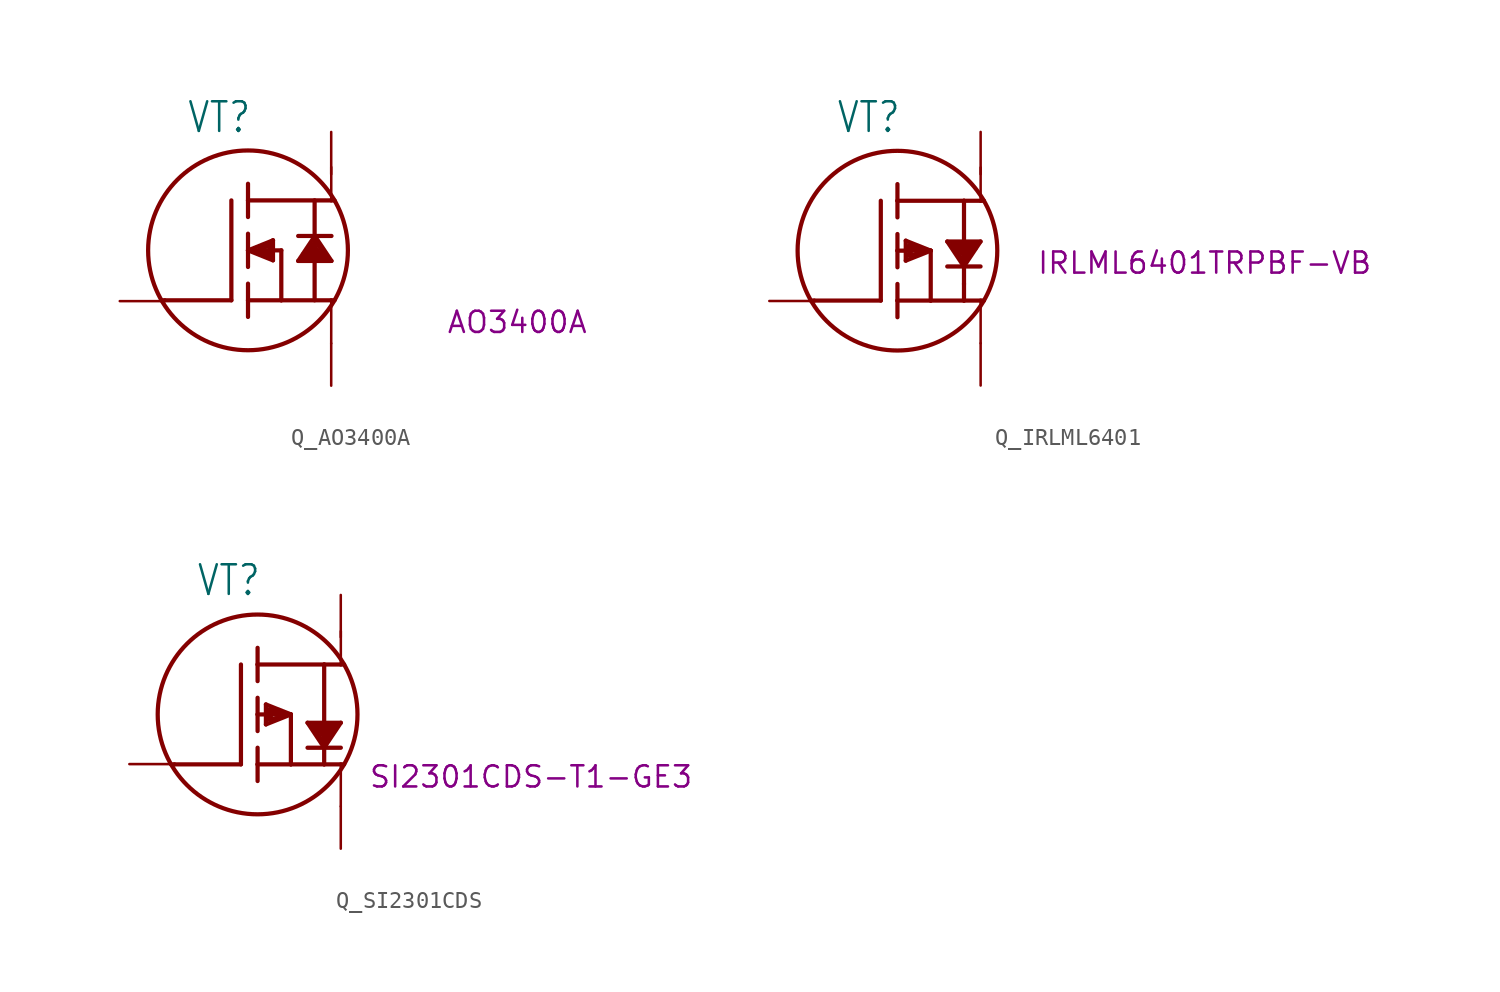
<source format=kicad_sym>
(kicad_symbol_lib
  (version 20231120)
  (generator "kicad_symbol_editor")
  (generator_version "8.0")
  (symbol "Q_AO3400A"
    (property "Reference" "VT"
      (at 4 10 0)
      (effects (font (size 1.778 1.511)) (justify left bottom)))
    (property "Manufacturer PN" "AO3400A"
      (at 23.876 -1.27 0)
      (effects (font (size 1.27 1.27))))
    (symbol "Q_AO3400A_1_0"
      (polyline (pts (xy 2.703 0.049) (xy 2.503 0.049)) (stroke (width 0.254) (type solid)) (fill (type none)))
      (polyline (pts (xy 6.703 0.049) (xy 2.703 0.049)) (stroke (width 0.254) (type solid)) (fill (type none)))
      (polyline (pts (xy 6.703 6.049) (xy 6.703 0.049)) (stroke (width 0.254) (type solid)) (fill (type none)))
      (polyline (pts (xy 7.703 0.049) (xy 7.703 -0.951)) (stroke (width 0.254) (type solid)) (fill (type none)))
      (polyline (pts (xy 7.703 0.049) (xy 9.703 0.049)) (stroke (width 0.254) (type solid)) (fill (type none)))
      (polyline (pts (xy 7.703 1.049) (xy 7.703 0.049)) (stroke (width 0.254) (type solid)) (fill (type none)))
      (polyline (pts (xy 7.703 3.049) (xy 7.703 2.049)) (stroke (width 0.254) (type solid)) (fill (type none)))
      (polyline (pts (xy 7.703 3.049) (xy 9.203 2.449)) (stroke (width 0.254) (type solid)) (fill (type none)))
      (polyline (pts (xy 7.703 3.049) (xy 9.203 3.649)) (stroke (width 0.254) (type solid)) (fill (type none)))
      (polyline (pts (xy 7.703 3.049) (xy 9.703 3.049)) (stroke (width 0.254) (type solid)) (fill (type none)))
      (polyline (pts (xy 7.703 4.049) (xy 7.703 3.049)) (stroke (width 0.254) (type solid)) (fill (type none)))
      (polyline (pts (xy 7.703 6.049) (xy 7.703 5.049)) (stroke (width 0.254) (type solid)) (fill (type none)))
      (polyline (pts (xy 7.703 6.049) (xy 11.703 6.049)) (stroke (width 0.254) (type solid)) (fill (type none)))
      (polyline (pts (xy 7.703 7.049) (xy 7.703 6.049)) (stroke (width 0.254) (type solid)) (fill (type none)))
      (polyline (pts (xy 8.403 2.949) (xy 9.003 2.849)) (stroke (width 0.254) (type solid)) (fill (type none)))
      (polyline (pts (xy 8.403 3.149) (xy 9.103 3.349)) (stroke (width 0.254) (type solid)) (fill (type none)))
      (polyline (pts (xy 9.003 3.149) (xy 9.103 2.649)) (stroke (width 0.254) (type solid)) (fill (type none)))
      (polyline (pts (xy 9.103 2.649) (xy 8.403 2.949)) (stroke (width 0.254) (type solid)) (fill (type none)))
      (polyline (pts (xy 9.103 3.349) (xy 9.003 3.149)) (stroke (width 0.254) (type solid)) (fill (type none)))
      (polyline (pts (xy 9.203 2.449) (xy 9.203 3.649)) (stroke (width 0.254) (type solid)) (fill (type none)))
      (polyline (pts (xy 9.203 3.649) (xy 8.403 3.149)) (stroke (width 0.254) (type solid)) (fill (type none)))
      (polyline (pts (xy 9.703 0.049) (xy 11.703 0.049)) (stroke (width 0.254) (type solid)) (fill (type none)))
      (polyline (pts (xy 9.703 3.049) (xy 9.703 0.049)) (stroke (width 0.254) (type solid)) (fill (type none)))
      (polyline (pts (xy 10.717 2.413) (xy 11.717 3.913)) (stroke (width 0.254) (type solid)) (fill (type none)))
      (polyline (pts (xy 10.917 2.613) (xy 11.617 3.413)) (stroke (width 0.254) (type solid)) (fill (type none)))
      (polyline (pts (xy 11.017 2.813) (xy 11.617 3.113)) (stroke (width 0.254) (type solid)) (fill (type none)))
      (polyline (pts (xy 11.517 2.913) (xy 11.817 2.913)) (stroke (width 0.254) (type solid)) (fill (type none)))
      (polyline (pts (xy 11.617 3.113) (xy 11.517 2.913)) (stroke (width 0.254) (type solid)) (fill (type none)))
      (polyline (pts (xy 11.617 3.413) (xy 12.117 2.713)) (stroke (width 0.254) (type solid)) (fill (type none)))
      (polyline (pts (xy 11.703 0.049) (xy 12.703 0.049)) (stroke (width 0.254) (type solid)) (fill (type none)))
      (polyline (pts (xy 11.703 6.049) (xy 12.703 6.049)) (stroke (width 0.254) (type solid)) (fill (type none)))
      (polyline (pts (xy 11.704 6.032) (xy 11.704 0.116)) (stroke (width 0.254) (type solid)) (fill (type none)))
      (polyline (pts (xy 11.717 3.913) (xy 10.717 3.913)) (stroke (width 0.254) (type solid)) (fill (type none)))
      (polyline (pts (xy 11.717 3.913) (xy 12.717 2.413)) (stroke (width 0.254) (type solid)) (fill (type none)))
      (polyline (pts (xy 11.817 3.513) (xy 12.417 2.613)) (stroke (width 0.254) (type solid)) (fill (type none)))
      (polyline (pts (xy 12.117 2.713) (xy 11.017 2.813)) (stroke (width 0.254) (type solid)) (fill (type none)))
      (polyline (pts (xy 12.417 2.613) (xy 10.917 2.613)) (stroke (width 0.254) (type solid)) (fill (type none)))
      (polyline (pts (xy 12.7 -2.54) (xy 12.703 0.049)) (stroke (width 0.152) (type solid)) (fill (type none)))
      (polyline (pts (xy 12.703 0.049) (xy 12.903 0.049)) (stroke (width 0.254) (type solid)) (fill (type none)))
      (polyline (pts (xy 12.703 6.049) (xy 12.903 6.049)) (stroke (width 0.254) (type solid)) (fill (type none)))
      (polyline (pts (xy 12.703 8.049) (xy 12.703 6.049)) (stroke (width 0.152) (type solid)) (fill (type none)))
      (polyline (pts (xy 12.717 2.413) (xy 10.717 2.413)) (stroke (width 0.254) (type solid)) (fill (type none)))
      (polyline (pts (xy 12.717 3.913) (xy 11.717 3.913)) (stroke (width 0.254) (type solid)) (fill (type none)))
      (circle (center 7.703 3.049) (radius 6) (stroke (width 0.254) (type solid)) (fill (type none)))
      (pin bidirectional line (at 0 0 0) (length 2.54) (name "G" (effects (font (size 0 0)))) (number "1" (effects (font (size 0 0)))))
      (pin bidirectional line (at 12.7 -5.08 90) (length 2.54) (name "S" (effects (font (size 0 0)))) (number "2" (effects (font (size 0 0)))))
      (pin bidirectional line (at 12.7 10.16 270) (length 2.54) (name "D" (effects (font (size 0 0)))) (number "3" (effects (font (size 0 0)))))))
  (symbol "Q_IRLML6401"
    (property "Reference" "VT"
      (at 4 10 0)
      (effects (font (size 1.778 1.511)) (justify left bottom)))
    (property "Manufacturer PN" "IRLML6401TRPBF-VB"
      (at 26.162 2.286 0)
      (effects (font (size 1.27 1.27))))
    (symbol "Q_IRLML6401_1_0"
      (polyline (pts (xy 2.7 0.024) (xy 2.5 0.024)) (stroke (width 0.254) (type solid)) (fill (type none)))
      (polyline (pts (xy 6.7 0.024) (xy 2.7 0.024)) (stroke (width 0.254) (type solid)) (fill (type none)))
      (polyline (pts (xy 6.7 6.024) (xy 6.7 0.024)) (stroke (width 0.254) (type solid)) (fill (type none)))
      (polyline (pts (xy 7.7 0.024) (xy 7.7 -0.976)) (stroke (width 0.254) (type solid)) (fill (type none)))
      (polyline (pts (xy 7.7 0.024) (xy 9.7 0.024)) (stroke (width 0.254) (type solid)) (fill (type none)))
      (polyline (pts (xy 7.7 1.024) (xy 7.7 0.024)) (stroke (width 0.254) (type solid)) (fill (type none)))
      (polyline (pts (xy 7.7 3.024) (xy 7.7 2.024)) (stroke (width 0.254) (type solid)) (fill (type none)))
      (polyline (pts (xy 7.7 3.024) (xy 9.7 3.024)) (stroke (width 0.254) (type solid)) (fill (type none)))
      (polyline (pts (xy 7.7 4.024) (xy 7.7 3.024)) (stroke (width 0.254) (type solid)) (fill (type none)))
      (polyline (pts (xy 7.7 6.024) (xy 7.7 5.024)) (stroke (width 0.254) (type solid)) (fill (type none)))
      (polyline (pts (xy 7.7 6.024) (xy 11.7 6.024)) (stroke (width 0.254) (type solid)) (fill (type none)))
      (polyline (pts (xy 7.7 7.024) (xy 7.7 6.024)) (stroke (width 0.254) (type solid)) (fill (type none)))
      (polyline (pts (xy 8.2 2.424) (xy 9.7 3.024)) (stroke (width 0.254) (type solid)) (fill (type none)))
      (polyline (pts (xy 8.2 3.624) (xy 8.2 2.424)) (stroke (width 0.254) (type solid)) (fill (type none)))
      (polyline (pts (xy 8.3 2.724) (xy 8.5 2.924)) (stroke (width 0.254) (type solid)) (fill (type none)))
      (polyline (pts (xy 8.4 3.124) (xy 8.6 3.124)) (stroke (width 0.254) (type solid)) (fill (type none)))
      (polyline (pts (xy 8.4 3.324) (xy 8.4 3.124)) (stroke (width 0.254) (type solid)) (fill (type none)))
      (polyline (pts (xy 8.6 3.124) (xy 9.1 2.824)) (stroke (width 0.254) (type solid)) (fill (type none)))
      (polyline (pts (xy 9.1 2.824) (xy 8.3 2.724)) (stroke (width 0.254) (type solid)) (fill (type none)))
      (polyline (pts (xy 9.7 0.024) (xy 11.7 0.024)) (stroke (width 0.254) (type solid)) (fill (type none)))
      (polyline (pts (xy 9.7 3.024) (xy 8.2 3.624)) (stroke (width 0.254) (type solid)) (fill (type none)))
      (polyline (pts (xy 9.7 3.024) (xy 8.4 3.324)) (stroke (width 0.254) (type solid)) (fill (type none)))
      (polyline (pts (xy 9.7 3.024) (xy 9.7 0.024)) (stroke (width 0.254) (type solid)) (fill (type none)))
      (polyline (pts (xy 10.694 2.074) (xy 11.694 2.074)) (stroke (width 0.254) (type solid)) (fill (type none)))
      (polyline (pts (xy 10.694 3.574) (xy 12.694 3.574)) (stroke (width 0.254) (type solid)) (fill (type none)))
      (polyline (pts (xy 10.994 3.374) (xy 12.494 3.374)) (stroke (width 0.254) (type solid)) (fill (type none)))
      (polyline (pts (xy 11.294 3.274) (xy 12.394 3.174)) (stroke (width 0.254) (type solid)) (fill (type none)))
      (polyline (pts (xy 11.594 2.474) (xy 10.994 3.374)) (stroke (width 0.254) (type solid)) (fill (type none)))
      (polyline (pts (xy 11.694 2.074) (xy 10.694 3.574)) (stroke (width 0.254) (type solid)) (fill (type none)))
      (polyline (pts (xy 11.694 2.074) (xy 12.694 2.074)) (stroke (width 0.254) (type solid)) (fill (type none)))
      (polyline (pts (xy 11.7 0.024) (xy 12.7 0.024)) (stroke (width 0.254) (type solid)) (fill (type none)))
      (polyline (pts (xy 11.7 1.024) (xy 11.7 0.024)) (stroke (width 0.254) (type solid)) (fill (type none)))
      (polyline (pts (xy 11.7 6.024) (xy 11.7 1.024)) (stroke (width 0.254) (type solid)) (fill (type none)))
      (polyline (pts (xy 11.7 6.024) (xy 12.7 6.024)) (stroke (width 0.254) (type solid)) (fill (type none)))
      (polyline (pts (xy 11.794 2.574) (xy 11.294 3.274)) (stroke (width 0.254) (type solid)) (fill (type none)))
      (polyline (pts (xy 11.794 2.874) (xy 11.894 3.074)) (stroke (width 0.254) (type solid)) (fill (type none)))
      (polyline (pts (xy 11.894 3.074) (xy 11.594 3.074)) (stroke (width 0.254) (type solid)) (fill (type none)))
      (polyline (pts (xy 12.394 3.174) (xy 11.794 2.874)) (stroke (width 0.254) (type solid)) (fill (type none)))
      (polyline (pts (xy 12.494 3.374) (xy 11.794 2.574)) (stroke (width 0.254) (type solid)) (fill (type none)))
      (polyline (pts (xy 12.694 3.574) (xy 11.694 2.074)) (stroke (width 0.254) (type solid)) (fill (type none)))
      (polyline (pts (xy 12.7 -2.54) (xy 12.7 0.024)) (stroke (width 0.152) (type solid)) (fill (type none)))
      (polyline (pts (xy 12.7 0.024) (xy 12.9 0.024)) (stroke (width 0.254) (type solid)) (fill (type none)))
      (polyline (pts (xy 12.7 6.024) (xy 12.9 6.024)) (stroke (width 0.254) (type solid)) (fill (type none)))
      (polyline (pts (xy 12.7 8.024) (xy 12.7 6.024)) (stroke (width 0.152) (type solid)) (fill (type none)))
      (circle (center 7.7 3.024) (radius 6) (stroke (width 0.254) (type solid)) (fill (type none)))
      (pin bidirectional line (at 0 0 0) (length 2.54) (name "G" (effects (font (size 0 0)))) (number "1" (effects (font (size 0 0)))))
      (pin bidirectional line (at 12.7 -5.08 90) (length 2.54) (name "S" (effects (font (size 0 0)))) (number "2" (effects (font (size 0 0)))))
      (pin bidirectional line (at 12.7 10.16 270) (length 2.54) (name "D" (effects (font (size 0 0)))) (number "3" (effects (font (size 0 0)))))))
  (symbol "Q_SI2301CDS"
    (property "Reference" "VT"
      (at 4 10 0)
      (effects (font (size 1.778 1.511)) (justify left bottom)))
    (property "Manufacturer PN" "SI2301CDS-T1-GE3"
      (at 24.13 -0.762 0)
      (effects (font (size 1.27 1.27))))
    (symbol "Q_SI2301CDS_1_0"
      (polyline (pts (xy 2.703 -0.016) (xy 2.503 -0.016)) (stroke (width 0.254) (type solid)) (fill (type none)))
      (polyline (pts (xy 6.703 -0.016) (xy 2.703 -0.016)) (stroke (width 0.254) (type solid)) (fill (type none)))
      (polyline (pts (xy 6.703 5.984) (xy 6.703 -0.016)) (stroke (width 0.254) (type solid)) (fill (type none)))
      (polyline (pts (xy 7.703 -0.016) (xy 7.703 -1.016)) (stroke (width 0.254) (type solid)) (fill (type none)))
      (polyline (pts (xy 7.703 -0.016) (xy 9.703 -0.016)) (stroke (width 0.254) (type solid)) (fill (type none)))
      (polyline (pts (xy 7.703 0.984) (xy 7.703 -0.016)) (stroke (width 0.254) (type solid)) (fill (type none)))
      (polyline (pts (xy 7.703 2.984) (xy 7.703 1.984)) (stroke (width 0.254) (type solid)) (fill (type none)))
      (polyline (pts (xy 7.703 2.984) (xy 9.703 2.984)) (stroke (width 0.254) (type solid)) (fill (type none)))
      (polyline (pts (xy 7.703 3.984) (xy 7.703 2.984)) (stroke (width 0.254) (type solid)) (fill (type none)))
      (polyline (pts (xy 7.703 5.984) (xy 7.703 4.984)) (stroke (width 0.254) (type solid)) (fill (type none)))
      (polyline (pts (xy 7.703 5.984) (xy 11.703 5.984)) (stroke (width 0.254) (type solid)) (fill (type none)))
      (polyline (pts (xy 7.703 6.984) (xy 7.703 5.984)) (stroke (width 0.254) (type solid)) (fill (type none)))
      (polyline (pts (xy 8.203 2.384) (xy 9.703 2.984)) (stroke (width 0.254) (type solid)) (fill (type none)))
      (polyline (pts (xy 8.203 3.584) (xy 8.203 2.384)) (stroke (width 0.254) (type solid)) (fill (type none)))
      (polyline (pts (xy 8.303 2.684) (xy 8.503 2.884)) (stroke (width 0.254) (type solid)) (fill (type none)))
      (polyline (pts (xy 8.403 3.084) (xy 8.603 3.084)) (stroke (width 0.254) (type solid)) (fill (type none)))
      (polyline (pts (xy 8.403 3.284) (xy 8.403 3.084)) (stroke (width 0.254) (type solid)) (fill (type none)))
      (polyline (pts (xy 8.603 3.084) (xy 9.103 2.784)) (stroke (width 0.254) (type solid)) (fill (type none)))
      (polyline (pts (xy 9.103 2.784) (xy 8.303 2.684)) (stroke (width 0.254) (type solid)) (fill (type none)))
      (polyline (pts (xy 9.703 -0.016) (xy 11.703 -0.016)) (stroke (width 0.254) (type solid)) (fill (type none)))
      (polyline (pts (xy 9.703 2.984) (xy 8.203 3.584)) (stroke (width 0.254) (type solid)) (fill (type none)))
      (polyline (pts (xy 9.703 2.984) (xy 8.403 3.284)) (stroke (width 0.254) (type solid)) (fill (type none)))
      (polyline (pts (xy 9.703 2.984) (xy 9.703 -0.016)) (stroke (width 0.254) (type solid)) (fill (type none)))
      (polyline (pts (xy 10.703 0.984) (xy 11.703 0.984)) (stroke (width 0.254) (type solid)) (fill (type none)))
      (polyline (pts (xy 10.703 2.484) (xy 12.703 2.484)) (stroke (width 0.254) (type solid)) (fill (type none)))
      (polyline (pts (xy 11.003 2.284) (xy 12.503 2.284)) (stroke (width 0.254) (type solid)) (fill (type none)))
      (polyline (pts (xy 11.303 2.184) (xy 12.403 2.084)) (stroke (width 0.254) (type solid)) (fill (type none)))
      (polyline (pts (xy 11.603 1.384) (xy 11.003 2.284)) (stroke (width 0.254) (type solid)) (fill (type none)))
      (polyline (pts (xy 11.703 -0.016) (xy 12.703 -0.016)) (stroke (width 0.254) (type solid)) (fill (type none)))
      (polyline (pts (xy 11.703 0.984) (xy 10.703 2.484)) (stroke (width 0.254) (type solid)) (fill (type none)))
      (polyline (pts (xy 11.703 0.984) (xy 11.703 -0.016)) (stroke (width 0.254) (type solid)) (fill (type none)))
      (polyline (pts (xy 11.703 0.984) (xy 12.703 0.984)) (stroke (width 0.254) (type solid)) (fill (type none)))
      (polyline (pts (xy 11.703 5.984) (xy 11.703 0.984)) (stroke (width 0.254) (type solid)) (fill (type none)))
      (polyline (pts (xy 11.703 5.984) (xy 12.703 5.984)) (stroke (width 0.254) (type solid)) (fill (type none)))
      (polyline (pts (xy 11.803 1.484) (xy 11.303 2.184)) (stroke (width 0.254) (type solid)) (fill (type none)))
      (polyline (pts (xy 11.803 1.784) (xy 11.903 1.984)) (stroke (width 0.254) (type solid)) (fill (type none)))
      (polyline (pts (xy 11.903 1.984) (xy 11.603 1.984)) (stroke (width 0.254) (type solid)) (fill (type none)))
      (polyline (pts (xy 12.403 2.084) (xy 11.803 1.784)) (stroke (width 0.254) (type solid)) (fill (type none)))
      (polyline (pts (xy 12.503 2.284) (xy 11.803 1.484)) (stroke (width 0.254) (type solid)) (fill (type none)))
      (polyline (pts (xy 12.7 -2.54) (xy 12.703 -0.016)) (stroke (width 0.152) (type solid)) (fill (type none)))
      (polyline (pts (xy 12.703 -0.016) (xy 12.903 -0.016)) (stroke (width 0.254) (type solid)) (fill (type none)))
      (polyline (pts (xy 12.703 2.484) (xy 11.703 0.984)) (stroke (width 0.254) (type solid)) (fill (type none)))
      (polyline (pts (xy 12.703 5.984) (xy 12.903 5.984)) (stroke (width 0.254) (type solid)) (fill (type none)))
      (polyline (pts (xy 12.703 7.984) (xy 12.703 5.984)) (stroke (width 0.152) (type solid)) (fill (type none)))
      (circle (center 7.703 2.984) (radius 6) (stroke (width 0.254) (type solid)) (fill (type none)))
      (pin bidirectional line (at 0 0 0) (length 2.54) (name "G" (effects (font (size 0 0)))) (number "1" (effects (font (size 0 0)))))
      (pin bidirectional line (at 12.7 -5.08 90) (length 2.54) (name "S" (effects (font (size 0 0)))) (number "2" (effects (font (size 0 0)))))
      (pin bidirectional line (at 12.7 10.16 270) (length 2.54) (name "D" (effects (font (size 0 0)))) (number "3" (effects (font (size 0 0))))))))
</source>
